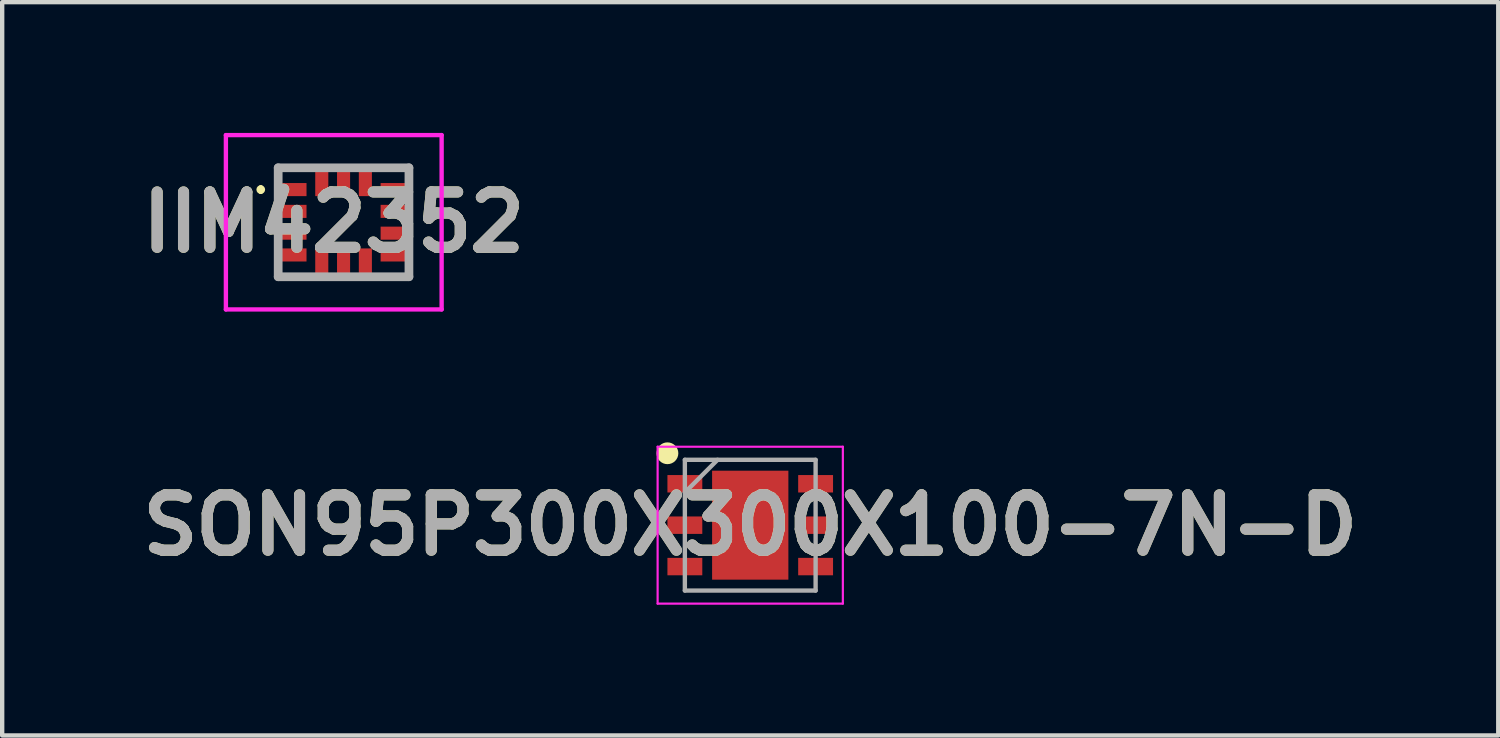
<source format=kicad_pcb>
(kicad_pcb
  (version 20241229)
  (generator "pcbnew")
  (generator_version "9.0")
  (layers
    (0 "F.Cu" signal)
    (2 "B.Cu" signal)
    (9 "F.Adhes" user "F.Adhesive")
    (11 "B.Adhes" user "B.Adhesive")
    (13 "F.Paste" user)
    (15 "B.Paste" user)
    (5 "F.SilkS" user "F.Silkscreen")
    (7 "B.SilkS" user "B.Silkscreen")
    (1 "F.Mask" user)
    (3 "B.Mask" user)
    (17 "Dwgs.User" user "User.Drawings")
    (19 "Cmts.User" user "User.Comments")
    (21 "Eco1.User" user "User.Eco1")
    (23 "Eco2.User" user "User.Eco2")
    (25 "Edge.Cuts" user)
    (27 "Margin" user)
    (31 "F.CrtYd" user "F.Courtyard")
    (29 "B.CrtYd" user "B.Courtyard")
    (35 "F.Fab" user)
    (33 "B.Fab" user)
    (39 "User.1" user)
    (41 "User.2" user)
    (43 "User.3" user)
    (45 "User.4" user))
  (footprint "SON95P300X300X100-7N-D"
    (layer "F.Cu")
    (at 14.164 9)
    (property "Reference" "SON95P300X300X100-7N-D" (at 0 0 0) (layer "F.SilkS") (effects (font (size 1.27 1.27) (thickness 0.254))))
    (attr smd)
    (fp_circle (center -1.9 -1.65) (end -1.9 -1.525) (stroke (width 0.25) (type solid)) (fill no) (layer "F.SilkS"))
    (fp_line (start -2.125 -1.8) (end 2.125 -1.8) (stroke (width 0.05) (type solid)) (layer "F.CrtYd"))
    (fp_line (start -2.125 1.8) (end -2.125 -1.8) (stroke (width 0.05) (type solid)) (layer "F.CrtYd"))
    (fp_line (start 2.125 -1.8) (end 2.125 1.8) (stroke (width 0.05) (type solid)) (layer "F.CrtYd"))
    (fp_line (start 2.125 1.8) (end -2.125 1.8) (stroke (width 0.05) (type solid)) (layer "F.CrtYd"))
    (fp_line (start -1.5 -1.5) (end 1.5 -1.5) (stroke (width 0.1) (type solid)) (layer "F.Fab"))
    (fp_line (start -1.5 -0.75) (end -0.75 -1.5) (stroke (width 0.1) (type solid)) (layer "F.Fab"))
    (fp_line (start -1.5 1.5) (end -1.5 -1.5) (stroke (width 0.1) (type solid)) (layer "F.Fab"))
    (fp_line (start 1.5 -1.5) (end 1.5 1.5) (stroke (width 0.1) (type solid)) (layer "F.Fab"))
    (fp_line (start 1.5 1.5) (end -1.5 1.5) (stroke (width 0.1) (type solid)) (layer "F.Fab"))
    (fp_text user "${REFERENCE}" (at 0 0 0) (layer "F.Fab") (effects (font (size 1.27 1.27) (thickness 0.254))))
    (pad "1" smd rect (at -1.5 -0.95 90) (size 0.4 0.8) (layers "F.Cu" "F.Mask" "F.Paste"))
    (pad "2" smd rect (at -1.5 0 90) (size 0.4 0.8) (layers "F.Cu" "F.Mask" "F.Paste"))
    (pad "3" smd rect (at -1.5 0.95 90) (size 0.4 0.8) (layers "F.Cu" "F.Mask" "F.Paste"))
    (pad "4" smd rect (at 1.5 0.95 90) (size 0.4 0.8) (layers "F.Cu" "F.Mask" "F.Paste"))
    (pad "5" smd rect (at 1.5 0 90) (size 0.4 0.8) (layers "F.Cu" "F.Mask" "F.Paste"))
    (pad "6" smd rect (at 1.5 -0.95 90) (size 0.4 0.8) (layers "F.Cu" "F.Mask" "F.Paste"))
    (pad "7" smd rect (at 0 0) (size 1.75 2.5) (layers "F.Cu" "F.Mask" "F.Paste")))
  (footprint "IIM42352"
    (layer "F.Cu")
    (at 4.833 2.05)
    (property "Reference" "IIM42352" (at -0.225 0 0) (layer "F.SilkS") (effects (font (size 1.27 1.27) (thickness 0.254))))
    (attr smd)
    (fp_line (start -1.9 -0.8) (end -1.9 -0.8) (stroke (width 0.1) (type solid)) (layer "F.SilkS"))
    (fp_line (start -1.9 -0.7) (end -1.9 -0.7) (stroke (width 0.1) (type solid)) (layer "F.SilkS"))
    (fp_line (start -1.5 -1.25) (end -0.8 -1.25) (stroke (width 0.1) (type solid)) (layer "F.SilkS"))
    (fp_line (start -1.5 -1) (end -1.5 -1.25) (stroke (width 0.1) (type solid)) (layer "F.SilkS"))
    (fp_line (start -1.5 1.1) (end -1.5 1.25) (stroke (width 0.1) (type solid)) (layer "F.SilkS"))
    (fp_line (start -1.5 1.25) (end -0.8 1.25) (stroke (width 0.1) (type solid)) (layer "F.SilkS"))
    (fp_line (start 0.8 -1.25) (end 1.5 -1.25) (stroke (width 0.1) (type solid)) (layer "F.SilkS"))
    (fp_line (start 0.8 1.25) (end 1.5 1.25) (stroke (width 0.1) (type solid)) (layer "F.SilkS"))
    (fp_line (start 1.5 -1.25) (end 1.5 -1) (stroke (width 0.1) (type solid)) (layer "F.SilkS"))
    (fp_line (start 1.5 1.25) (end 1.5 1) (stroke (width 0.1) (type solid)) (layer "F.SilkS"))
    (fp_arc (start -1.9 -0.8) (mid -1.85 -0.75) (end -1.9 -0.7) (stroke (width 0.1) (type solid)) (layer "F.SilkS"))
    (fp_arc (start -1.9 -0.7) (mid -1.95 -0.75) (end -1.9 -0.8) (stroke (width 0.1) (type solid)) (layer "F.SilkS"))
    (fp_line (start -2.7 -2) (end 2.25 -2) (stroke (width 0.1) (type solid)) (layer "F.CrtYd"))
    (fp_line (start -2.7 2) (end -2.7 -2) (stroke (width 0.1) (type solid)) (layer "F.CrtYd"))
    (fp_line (start 2.25 -2) (end 2.25 2) (stroke (width 0.1) (type solid)) (layer "F.CrtYd"))
    (fp_line (start 2.25 2) (end -2.7 2) (stroke (width 0.1) (type solid)) (layer "F.CrtYd"))
    (fp_line (start -1.5 -1.25) (end 1.5 -1.25) (stroke (width 0.2) (type solid)) (layer "F.Fab"))
    (fp_line (start -1.5 1.25) (end -1.5 -1.25) (stroke (width 0.2) (type solid)) (layer "F.Fab"))
    (fp_line (start 1.5 -1.25) (end 1.5 1.25) (stroke (width 0.2) (type solid)) (layer "F.Fab"))
    (fp_line (start 1.5 1.25) (end -1.5 1.25) (stroke (width 0.2) (type solid)) (layer "F.Fab"))
    (fp_text user "${REFERENCE}" (at -0.225 0 0) (layer "F.Fab") (effects (font (size 1.27 1.27) (thickness 0.254))))
    (pad "1" smd rect (at -1.15 -0.75 90) (size 0.3 0.6) (layers "F.Cu" "F.Mask" "F.Paste"))
    (pad "2" smd rect (at -1.15 -0.25 90) (size 0.3 0.6) (layers "F.Cu" "F.Mask" "F.Paste"))
    (pad "3" smd rect (at -1.15 0.25 90) (size 0.3 0.6) (layers "F.Cu" "F.Mask" "F.Paste"))
    (pad "4" smd rect (at -1.15 0.75 90) (size 0.3 0.6) (layers "F.Cu" "F.Mask" "F.Paste"))
    (pad "5" smd rect (at -0.5 0.9) (size 0.3 0.6) (layers "F.Cu" "F.Mask" "F.Paste"))
    (pad "6" smd rect (at 0 0.9) (size 0.3 0.6) (layers "F.Cu" "F.Mask" "F.Paste"))
    (pad "7" smd rect (at 0.5 0.9) (size 0.3 0.6) (layers "F.Cu" "F.Mask" "F.Paste"))
    (pad "8" smd rect (at 1.15 0.75 90) (size 0.3 0.6) (layers "F.Cu" "F.Mask" "F.Paste"))
    (pad "9" smd rect (at 1.15 0.25 90) (size 0.3 0.6) (layers "F.Cu" "F.Mask" "F.Paste"))
    (pad "10" smd rect (at 1.15 -0.25 90) (size 0.3 0.6) (layers "F.Cu" "F.Mask" "F.Paste"))
    (pad "11" smd rect (at 1.15 -0.75 90) (size 0.3 0.6) (layers "F.Cu" "F.Mask" "F.Paste"))
    (pad "12" smd rect (at 0.5 -0.9) (size 0.3 0.6) (layers "F.Cu" "F.Mask" "F.Paste"))
    (pad "13" smd rect (at 0 -0.9) (size 0.3 0.6) (layers "F.Cu" "F.Mask" "F.Paste"))
    (pad "14" smd rect (at -0.5 -0.9) (size 0.3 0.6) (layers "F.Cu" "F.Mask" "F.Paste")))
  (gr_rect
    (start -3 -3)
    (end 31.327 13.825)
    (stroke (width 0.1) (type default))
    (fill no)
    (layer "Edge.Cuts")))
</source>
